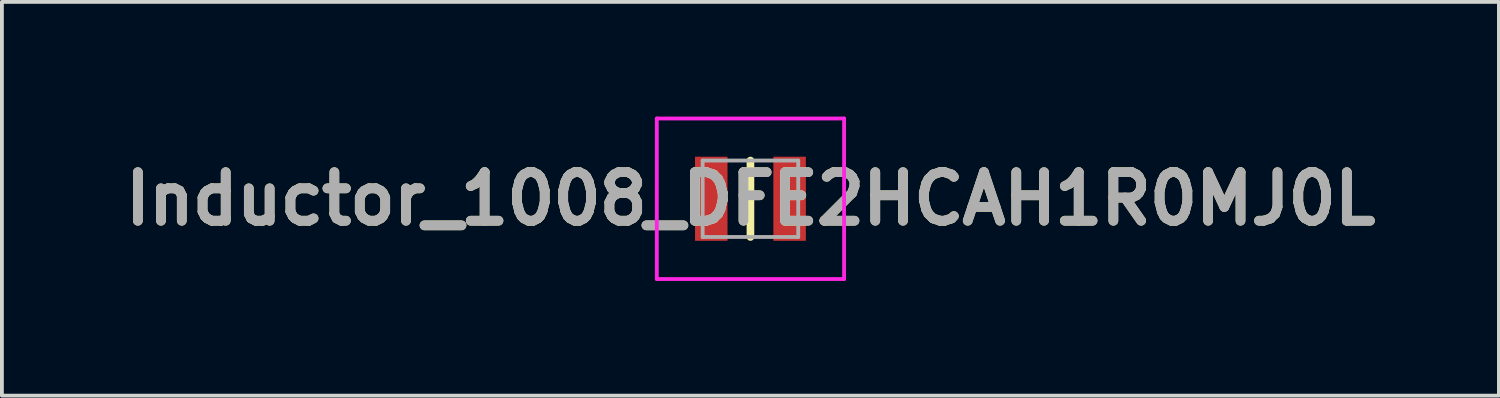
<source format=kicad_pcb>
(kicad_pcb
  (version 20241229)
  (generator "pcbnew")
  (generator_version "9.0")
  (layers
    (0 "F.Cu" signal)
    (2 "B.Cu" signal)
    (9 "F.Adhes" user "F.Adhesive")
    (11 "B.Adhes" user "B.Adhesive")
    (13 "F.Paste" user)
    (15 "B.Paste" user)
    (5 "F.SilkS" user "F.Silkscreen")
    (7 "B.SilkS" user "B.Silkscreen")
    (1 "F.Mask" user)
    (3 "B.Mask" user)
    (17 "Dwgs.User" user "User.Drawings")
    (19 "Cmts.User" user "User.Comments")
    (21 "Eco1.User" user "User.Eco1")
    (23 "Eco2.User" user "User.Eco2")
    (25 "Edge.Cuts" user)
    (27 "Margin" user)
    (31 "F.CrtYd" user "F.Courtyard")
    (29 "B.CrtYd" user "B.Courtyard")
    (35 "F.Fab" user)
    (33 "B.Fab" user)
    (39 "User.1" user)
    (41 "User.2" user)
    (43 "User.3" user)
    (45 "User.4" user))
  (footprint "Inductor_1008_DFE2HCAH1R0MJ0L"
    (layer "F.Cu")
    (at 16.583 2.15)
    (property "Reference" "Inductor_1008_DFE2HCAH1R0MJ0L" (at 0 0 0) (layer "F.SilkS") (effects (font (size 1.27 1.27) (thickness 0.254))))
    (attr smd)
    (fp_line (start 0 -1) (end 0 1) (stroke (width 0.2) (type solid)) (layer "F.SilkS"))
    (fp_line (start -2.45 -2.1) (end 2.45 -2.1) (stroke (width 0.1) (type solid)) (layer "F.CrtYd"))
    (fp_line (start -2.45 2.1) (end -2.45 -2.1) (stroke (width 0.1) (type solid)) (layer "F.CrtYd"))
    (fp_line (start 2.45 -2.1) (end 2.45 2.1) (stroke (width 0.1) (type solid)) (layer "F.CrtYd"))
    (fp_line (start 2.45 2.1) (end -2.45 2.1) (stroke (width 0.1) (type solid)) (layer "F.CrtYd"))
    (fp_line (start -1.25 -1) (end 1.25 -1) (stroke (width 0.1) (type solid)) (layer "F.Fab"))
    (fp_line (start -1.25 1) (end -1.25 -1) (stroke (width 0.1) (type solid)) (layer "F.Fab"))
    (fp_line (start 1.25 -1) (end 1.25 1) (stroke (width 0.1) (type solid)) (layer "F.Fab"))
    (fp_line (start 1.25 1) (end -1.25 1) (stroke (width 0.1) (type solid)) (layer "F.Fab"))
    (fp_text user "${REFERENCE}" (at 0 0 0) (layer "F.Fab") (effects (font (size 1.27 1.27) (thickness 0.254))))
    (pad "1" smd rect (at -1.025 0) (size 0.85 2.2) (layers "F.Cu" "F.Mask" "F.Paste"))
    (pad "2" smd rect (at 1.025 0) (size 0.85 2.2) (layers "F.Cu" "F.Mask" "F.Paste")))
  (gr_rect
    (start -3 -3)
    (end 36.165 7.3)
    (stroke (width 0.1) (type default))
    (fill no)
    (layer "Edge.Cuts")))
</source>
